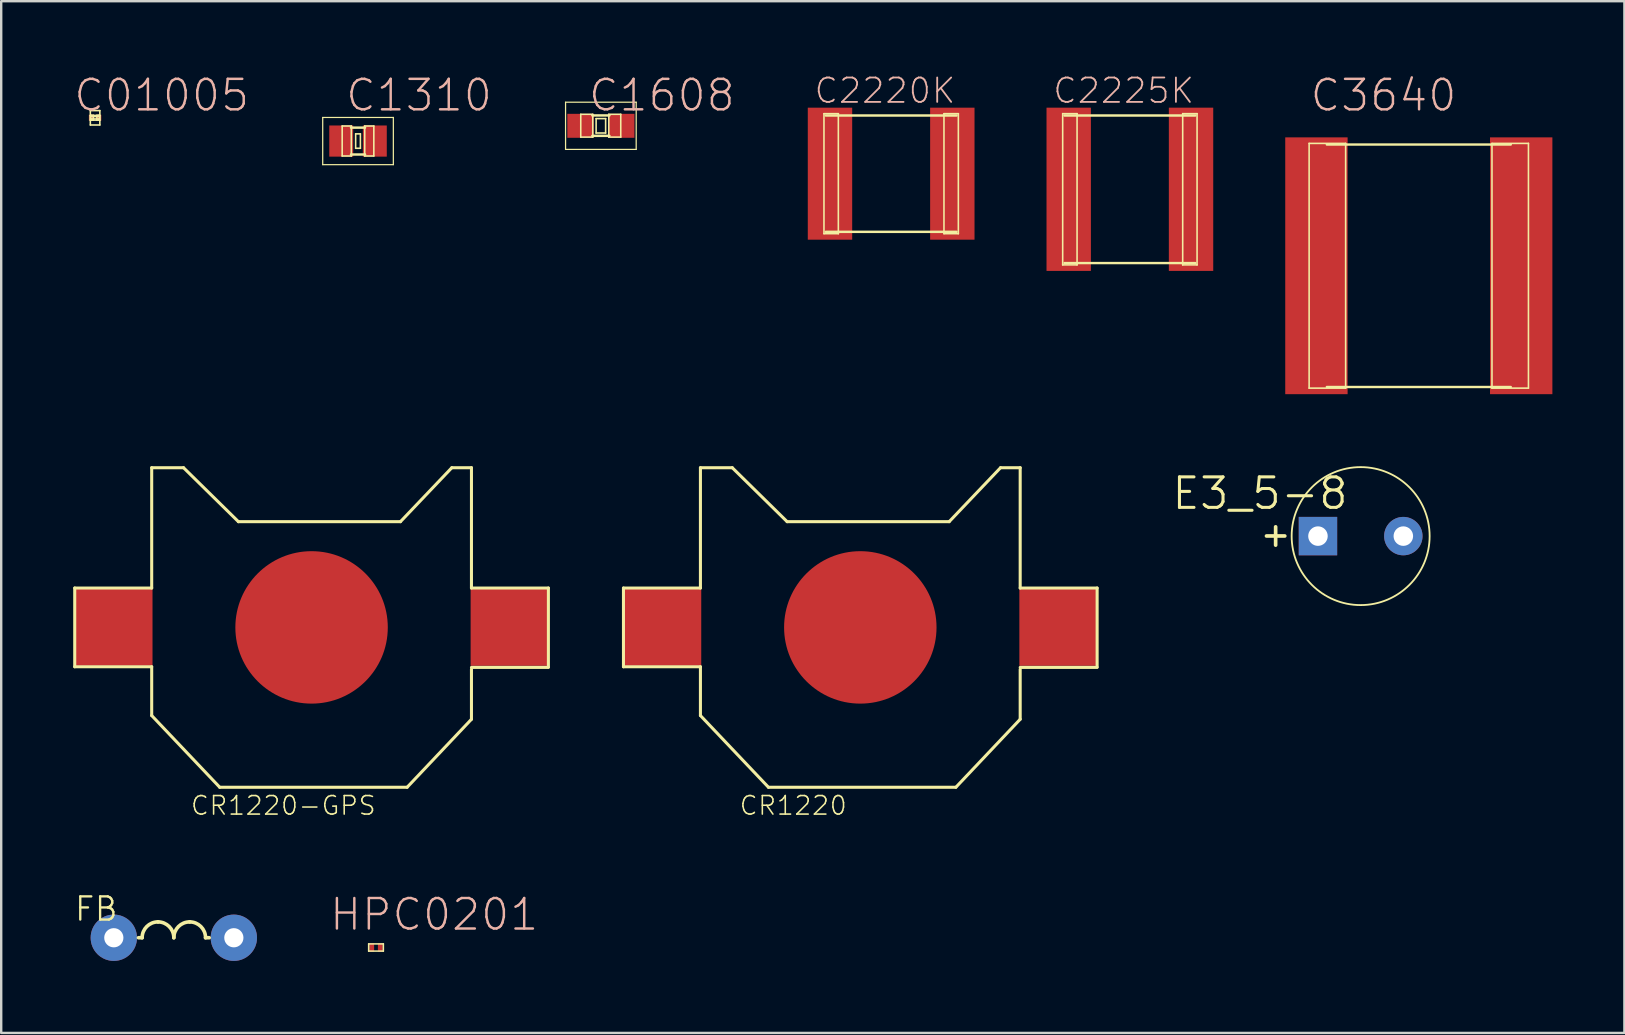
<source format=kicad_pcb>
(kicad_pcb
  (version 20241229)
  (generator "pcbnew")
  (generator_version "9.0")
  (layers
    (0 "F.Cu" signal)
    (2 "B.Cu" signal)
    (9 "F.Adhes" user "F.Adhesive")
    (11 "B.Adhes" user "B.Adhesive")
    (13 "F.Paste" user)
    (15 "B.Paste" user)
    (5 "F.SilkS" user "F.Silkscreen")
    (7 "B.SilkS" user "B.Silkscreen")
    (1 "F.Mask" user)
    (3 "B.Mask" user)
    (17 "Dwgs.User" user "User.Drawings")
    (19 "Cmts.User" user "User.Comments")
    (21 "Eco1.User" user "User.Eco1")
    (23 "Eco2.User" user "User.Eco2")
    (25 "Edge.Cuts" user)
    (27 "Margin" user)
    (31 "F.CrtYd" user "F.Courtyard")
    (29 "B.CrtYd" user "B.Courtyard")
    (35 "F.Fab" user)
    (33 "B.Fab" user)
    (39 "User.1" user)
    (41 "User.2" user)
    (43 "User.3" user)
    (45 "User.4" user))
  (footprint "CR1220-GPS"
    (layer "F.Cu")
    (at 9.878 22.907)
    (property "Reference" "CR1220-GPS" (at -5.029 8.052 0) (layer "F.SilkS") (effects (font (size 0.772 0.772) (thickness 0.065)) (justify left bottom)))
    (attr through_hole)
    (fp_line (start -9.815 -1.462) (end -9.815 1.818) (stroke (width 0.127) (type solid)) (layer "F.SilkS"))
    (fp_line (start -9.815 1.818) (end -6.609 1.818) (stroke (width 0.127) (type solid)) (layer "F.SilkS"))
    (fp_line (start -6.609 -6.474) (end -6.609 -1.462) (stroke (width 0.127) (type solid)) (layer "F.SilkS"))
    (fp_line (start -6.609 -1.462) (end -9.815 -1.462) (stroke (width 0.127) (type solid)) (layer "F.SilkS"))
    (fp_line (start -6.609 1.818) (end -6.609 3.85) (stroke (width 0.127) (type solid)) (layer "F.SilkS"))
    (fp_line (start -6.609 3.85) (end -3.775 6.838) (stroke (width 0.127) (type solid)) (layer "F.SilkS"))
    (fp_line (start -5.283 -6.474) (end -6.609 -6.474) (stroke (width 0.127) (type solid)) (layer "F.SilkS"))
    (fp_line (start -3.775 6.838) (end 4.031 6.838) (stroke (width 0.127) (type solid)) (layer "F.SilkS"))
    (fp_line (start -2.997 -4.226) (end -5.283 -6.474) (stroke (width 0.127) (type solid)) (layer "F.SilkS"))
    (fp_line (start 3.753 -4.226) (end -2.997 -4.226) (stroke (width 0.127) (type solid)) (layer "F.SilkS"))
    (fp_line (start 4.031 6.838) (end 6.711 4.004) (stroke (width 0.127) (type solid)) (layer "F.SilkS"))
    (fp_line (start 5.893 -6.474) (end 3.753 -4.226) (stroke (width 0.127) (type solid)) (layer "F.SilkS"))
    (fp_line (start 6.711 -6.474) (end 5.893 -6.474) (stroke (width 0.127) (type solid)) (layer "F.SilkS"))
    (fp_line (start 6.711 -1.462) (end 6.711 -6.474) (stroke (width 0.127) (type solid)) (layer "F.SilkS"))
    (fp_line (start 6.711 1.845) (end 9.916 1.845) (stroke (width 0.127) (type solid)) (layer "F.SilkS"))
    (fp_line (start 6.711 4.004) (end 6.711 1.922) (stroke (width 0.127) (type solid)) (layer "F.SilkS"))
    (fp_line (start 9.916 -1.462) (end 6.711 -1.462) (stroke (width 0.127) (type solid)) (layer "F.SilkS"))
    (fp_line (start 9.916 1.822) (end 9.916 -1.462) (stroke (width 0.127) (type solid)) (layer "F.SilkS"))
    (fp_poly (pts (xy -6.35 0) (xy 0 -6.35) (xy 6.35 0) (xy 0 6.35)) (stroke (width 0.1) (type solid)) (fill no) (layer "Eco2.User"))
    (pad "1" smd rect (at -8.175 0.178) (size 3.2 3.2) (layers "F.Cu" "F.Mask"))
    (pad "1" smd rect (at 8.276 0.178) (size 3.2 3.2) (layers "F.Cu" "F.Mask"))
    (pad "2" smd circle (at 0.051 0.178) (size 6.35 6.35) (layers "F.Cu" "F.Mask")))
  (footprint "C1310"
    (layer "F.Cu")
    (at 11.864 2.826)
    (property "Reference" "C1310" (at 2.54 -1.905 0) (layer "B.SilkS") (effects (font (size 1.27 1.27) (thickness 0.102))))
    (attr smd)
    (fp_line (start -1.471 -0.983) (end 1.471 -0.983) (stroke (width 0.051) (type solid)) (layer "F.SilkS"))
    (fp_line (start -1.471 0.983) (end -1.471 -0.983) (stroke (width 0.051) (type solid)) (layer "F.SilkS"))
    (fp_line (start -0.66 -0.627) (end -0.279 -0.627) (stroke (width 0.066) (type solid)) (layer "F.SilkS"))
    (fp_line (start -0.66 0.622) (end -0.66 -0.627) (stroke (width 0.066) (type solid)) (layer "F.SilkS"))
    (fp_line (start -0.66 0.622) (end -0.279 0.622) (stroke (width 0.066) (type solid)) (layer "F.SilkS"))
    (fp_line (start -0.292 -0.559) (end 0.292 -0.559) (stroke (width 0.102) (type solid)) (layer "F.SilkS"))
    (fp_line (start -0.292 0.559) (end 0.292 0.559) (stroke (width 0.102) (type solid)) (layer "F.SilkS"))
    (fp_line (start -0.279 0.622) (end -0.279 -0.627) (stroke (width 0.066) (type solid)) (layer "F.SilkS"))
    (fp_line (start -0.099 -0.3) (end 0.099 -0.3) (stroke (width 0.066) (type solid)) (layer "F.SilkS"))
    (fp_line (start -0.099 0.3) (end -0.099 -0.3) (stroke (width 0.066) (type solid)) (layer "F.SilkS"))
    (fp_line (start -0.099 0.3) (end 0.099 0.3) (stroke (width 0.066) (type solid)) (layer "F.SilkS"))
    (fp_line (start 0.099 0.3) (end 0.099 -0.3) (stroke (width 0.066) (type solid)) (layer "F.SilkS"))
    (fp_line (start 0.279 -0.627) (end 0.658 -0.627) (stroke (width 0.066) (type solid)) (layer "F.SilkS"))
    (fp_line (start 0.279 0.622) (end 0.279 -0.627) (stroke (width 0.066) (type solid)) (layer "F.SilkS"))
    (fp_line (start 0.279 0.622) (end 0.658 0.622) (stroke (width 0.066) (type solid)) (layer "F.SilkS"))
    (fp_line (start 0.658 0.622) (end 0.658 -0.627) (stroke (width 0.066) (type solid)) (layer "F.SilkS"))
    (fp_line (start 1.471 -0.983) (end 1.471 0.983) (stroke (width 0.051) (type solid)) (layer "F.SilkS"))
    (fp_line (start 1.471 0.983) (end -1.471 0.983) (stroke (width 0.051) (type solid)) (layer "F.SilkS"))
    (pad "1" smd rect (at -0.699 0) (size 0.998 1.298) (layers "F.Cu" "F.Mask" "F.Paste"))
    (pad "2" smd rect (at 0.699 0) (size 0.998 1.298) (layers "F.Cu" "F.Mask" "F.Paste")))
  (footprint "CR1220"
    (layer "F.Cu")
    (at 32.736 22.907)
    (property "Reference" "CR1220" (at -5.029 8.052 0) (layer "F.SilkS") (effects (font (size 0.772 0.772) (thickness 0.065)) (justify left bottom)))
    (attr through_hole)
    (fp_line (start -9.815 -1.462) (end -9.815 1.818) (stroke (width 0.127) (type solid)) (layer "F.SilkS"))
    (fp_line (start -9.815 1.818) (end -6.609 1.818) (stroke (width 0.127) (type solid)) (layer "F.SilkS"))
    (fp_line (start -6.609 -6.474) (end -6.609 -1.462) (stroke (width 0.127) (type solid)) (layer "F.SilkS"))
    (fp_line (start -6.609 -1.462) (end -9.815 -1.462) (stroke (width 0.127) (type solid)) (layer "F.SilkS"))
    (fp_line (start -6.609 1.818) (end -6.609 3.85) (stroke (width 0.127) (type solid)) (layer "F.SilkS"))
    (fp_line (start -6.609 3.85) (end -3.775 6.838) (stroke (width 0.127) (type solid)) (layer "F.SilkS"))
    (fp_line (start -5.283 -6.474) (end -6.609 -6.474) (stroke (width 0.127) (type solid)) (layer "F.SilkS"))
    (fp_line (start -3.775 6.838) (end 4.031 6.838) (stroke (width 0.127) (type solid)) (layer "F.SilkS"))
    (fp_line (start -2.997 -4.226) (end -5.283 -6.474) (stroke (width 0.127) (type solid)) (layer "F.SilkS"))
    (fp_line (start 3.753 -4.226) (end -2.997 -4.226) (stroke (width 0.127) (type solid)) (layer "F.SilkS"))
    (fp_line (start 4.031 6.838) (end 6.711 4.004) (stroke (width 0.127) (type solid)) (layer "F.SilkS"))
    (fp_line (start 5.893 -6.474) (end 3.753 -4.226) (stroke (width 0.127) (type solid)) (layer "F.SilkS"))
    (fp_line (start 6.711 -6.474) (end 5.893 -6.474) (stroke (width 0.127) (type solid)) (layer "F.SilkS"))
    (fp_line (start 6.711 -1.462) (end 6.711 -6.474) (stroke (width 0.127) (type solid)) (layer "F.SilkS"))
    (fp_line (start 6.711 1.845) (end 9.916 1.845) (stroke (width 0.127) (type solid)) (layer "F.SilkS"))
    (fp_line (start 6.711 4.004) (end 6.711 1.922) (stroke (width 0.127) (type solid)) (layer "F.SilkS"))
    (fp_line (start 9.916 -1.462) (end 6.711 -1.462) (stroke (width 0.127) (type solid)) (layer "F.SilkS"))
    (fp_line (start 9.916 1.822) (end 9.916 -1.462) (stroke (width 0.127) (type solid)) (layer "F.SilkS"))
    (fp_poly (pts (xy -6.35 0) (xy 0 -6.35) (xy 6.35 0) (xy 0 6.35)) (stroke (width 0.1) (type solid)) (fill no) (layer "Eco2.User"))
    (pad "1" smd rect (at -8.175 0.178) (size 3.2 3.2) (layers "F.Cu" "F.Mask" "F.Paste"))
    (pad "1" smd rect (at 8.276 0.178) (size 3.2 3.2) (layers "F.Cu" "F.Mask" "F.Paste"))
    (pad "2" smd circle (at 0.051 0.178) (size 6.35 6.35) (layers "F.Cu" "F.Mask" "F.Paste")))
  (footprint "C01005"
    (layer "F.Cu")
    (at 0.911 1.856)
    (property "Reference" "C01005" (at 2.774 -0.935 0) (layer "B.SilkS") (effects (font (size 1.27 1.27) (thickness 0.102))))
    (attr smd)
    (fp_line (start -0.198 -0.3) (end 0.198 -0.3) (stroke (width 0.066) (type solid)) (layer "F.SilkS"))
    (fp_line (start -0.198 -0.099) (end -0.074 -0.099) (stroke (width 0.066) (type solid)) (layer "F.SilkS"))
    (fp_line (start -0.198 0.099) (end -0.198 -0.099) (stroke (width 0.066) (type solid)) (layer "F.SilkS"))
    (fp_line (start -0.198 0.099) (end -0.074 0.099) (stroke (width 0.066) (type solid)) (layer "F.SilkS"))
    (fp_line (start -0.198 0.3) (end -0.198 -0.3) (stroke (width 0.066) (type solid)) (layer "F.SilkS"))
    (fp_line (start -0.198 0.3) (end 0.198 0.3) (stroke (width 0.066) (type solid)) (layer "F.SilkS"))
    (fp_line (start -0.15 -0.099) (end 0.15 -0.099) (stroke (width 0.066) (type solid)) (layer "F.SilkS"))
    (fp_line (start -0.15 -0.048) (end -0.15 -0.099) (stroke (width 0.066) (type solid)) (layer "F.SilkS"))
    (fp_line (start -0.15 -0.048) (end 0.15 -0.048) (stroke (width 0.066) (type solid)) (layer "F.SilkS"))
    (fp_line (start -0.15 0.048) (end 0.15 0.048) (stroke (width 0.066) (type solid)) (layer "F.SilkS"))
    (fp_line (start -0.15 0.099) (end -0.15 0.048) (stroke (width 0.066) (type solid)) (layer "F.SilkS"))
    (fp_line (start -0.15 0.099) (end 0.15 0.099) (stroke (width 0.066) (type solid)) (layer "F.SilkS"))
    (fp_line (start -0.074 0.099) (end -0.074 -0.099) (stroke (width 0.066) (type solid)) (layer "F.SilkS"))
    (fp_line (start 0.074 -0.099) (end 0.198 -0.099) (stroke (width 0.066) (type solid)) (layer "F.SilkS"))
    (fp_line (start 0.074 0.099) (end 0.074 -0.099) (stroke (width 0.066) (type solid)) (layer "F.SilkS"))
    (fp_line (start 0.074 0.099) (end 0.198 0.099) (stroke (width 0.066) (type solid)) (layer "F.SilkS"))
    (fp_line (start 0.15 -0.048) (end 0.15 -0.099) (stroke (width 0.066) (type solid)) (layer "F.SilkS"))
    (fp_line (start 0.15 0.099) (end 0.15 0.048) (stroke (width 0.066) (type solid)) (layer "F.SilkS"))
    (fp_line (start 0.198 0.099) (end 0.198 -0.099) (stroke (width 0.066) (type solid)) (layer "F.SilkS"))
    (fp_line (start 0.198 0.3) (end 0.198 -0.3) (stroke (width 0.066) (type solid)) (layer "F.SilkS"))
    (pad "1" smd rect (at -0.16 0) (size 0.198 0.249) (layers "F.Cu" "F.Mask" "F.Paste"))
    (pad "2" smd rect (at 0.16 0) (size 0.198 0.249) (layers "F.Cu" "F.Mask" "F.Paste")))
  (footprint "E3_5-8"
    (layer "F.Cu")
    (at 53.629 19.282)
    (property "Reference" "E3_5-8" (at -4.191 -1.778 0) (layer "F.SilkS") (effects (font (size 1.27 1.27) (thickness 0.127))))
    (attr exclude_from_pos_files exclude_from_bom)
    (fp_line (start -3.922 -0.005) (end -3.16 -0.005) (stroke (width 0.152) (type solid)) (layer "F.SilkS"))
    (fp_line (start -3.541 0.376) (end -3.541 -0.386) (stroke (width 0.152) (type solid)) (layer "F.SilkS"))
    (fp_circle (center 0 0) (end -2.032 2.032) (stroke (width 0.076) (type solid)) (fill no) (layer "F.SilkS"))
    (pad "+" thru_hole rect (at -1.778 0) (size 1.6 1.6) (drill 0.813) (layers "*.Cu" "*.Mask"))
    (pad "-" thru_hole circle (at 1.778 0) (size 1.6 1.6) (drill 0.813) (layers "*.Cu" "*.Mask")))
  (footprint "C2220K"
    (layer "F.Cu")
    (at 34.072 4.185)
    (property "Reference" "C2220K" (at -0.259 -3.457 0) (layer "B.SilkS") (effects (font (size 1.016 1.016) (thickness 0.076))))
    (attr smd)
    (fp_line (start -2.799 -2.499) (end -2.2 -2.499) (stroke (width 0.066) (type solid)) (layer "F.SilkS"))
    (fp_line (start -2.799 2.499) (end -2.799 -2.499) (stroke (width 0.066) (type solid)) (layer "F.SilkS"))
    (fp_line (start -2.799 2.499) (end -2.2 2.499) (stroke (width 0.066) (type solid)) (layer "F.SilkS"))
    (fp_line (start -2.723 -2.423) (end 2.723 -2.423) (stroke (width 0.102) (type solid)) (layer "F.SilkS"))
    (fp_line (start -2.2 2.499) (end -2.2 -2.499) (stroke (width 0.066) (type solid)) (layer "F.SilkS"))
    (fp_line (start 2.2 -2.499) (end 2.799 -2.499) (stroke (width 0.066) (type solid)) (layer "F.SilkS"))
    (fp_line (start 2.2 2.499) (end 2.2 -2.499) (stroke (width 0.066) (type solid)) (layer "F.SilkS"))
    (fp_line (start 2.2 2.499) (end 2.799 2.499) (stroke (width 0.066) (type solid)) (layer "F.SilkS"))
    (fp_line (start 2.723 2.423) (end -2.723 2.423) (stroke (width 0.102) (type solid)) (layer "F.SilkS"))
    (fp_line (start 2.799 2.499) (end 2.799 -2.499) (stroke (width 0.066) (type solid)) (layer "F.SilkS"))
    (pad "1" smd rect (at -2.548 0) (size 1.849 5.499) (layers "F.Cu" "F.Mask" "F.Paste"))
    (pad "2" smd rect (at 2.548 0) (size 1.849 5.499) (layers "F.Cu" "F.Mask" "F.Paste")))
  (footprint "HPC0201"
    (layer "F.Cu")
    (at 12.613 36.419)
    (property "Reference" "HPC0201" (at 2.423 -1.374 0) (layer "B.SilkS") (effects (font (size 1.27 1.27) (thickness 0.102))))
    (attr smd)
    (fp_line (start -0.305 -0.15) (end 0.305 -0.15) (stroke (width 0.066) (type solid)) (layer "F.SilkS"))
    (fp_line (start -0.305 0.15) (end -0.305 -0.15) (stroke (width 0.066) (type solid)) (layer "F.SilkS"))
    (fp_line (start -0.305 0.15) (end 0.305 0.15) (stroke (width 0.066) (type solid)) (layer "F.SilkS"))
    (fp_line (start 0.305 0.15) (end 0.305 -0.15) (stroke (width 0.066) (type solid)) (layer "F.SilkS"))
    (pad "1" smd rect (at -0.178 0) (size 0.198 0.348) (layers "F.Cu" "F.Mask" "F.Paste"))
    (pad "2" smd rect (at 0.178 0) (size 0.198 0.348) (layers "F.Cu" "F.Mask" "F.Paste")))
  (footprint "FB"
    (layer "F.Cu")
    (at 4.191 36.013)
    (property "Reference" "FB" (at -4.191 -0.635 0) (layer "F.SilkS") (effects (font (size 0.965 0.965) (thickness 0.097)) (justify left bottom)))
    (attr through_hole)
    (fp_line (start -1.473 0) (end -1.321 0) (stroke (width 0.15) (type solid)) (layer "F.SilkS"))
    (fp_line (start 1.321 0) (end 1.473 0) (stroke (width 0.15) (type solid)) (layer "F.SilkS"))
    (fp_arc (start -1.3208 0) (mid -1.127373 -0.466973) (end -0.6604 -0.6604) (stroke (width 0.15) (type solid)) (layer "F.SilkS"))
    (fp_arc (start -0.6604 -0.6604) (mid -0.193427 -0.466973) (end 0 0) (stroke (width 0.15) (type solid)) (layer "F.SilkS"))
    (fp_arc (start 0 0) (mid 0.193427 -0.466973) (end 0.6604 -0.6604) (stroke (width 0.15) (type solid)) (layer "F.SilkS"))
    (fp_arc (start 0.6604 -0.6604) (mid 1.127373 -0.466973) (end 1.3208 0) (stroke (width 0.15) (type solid)) (layer "F.SilkS"))
    (pad "P$1" thru_hole circle (at -2.5 0) (size 1.93 1.93) (drill 0.8) (layers "*.Cu" "*.Mask"))
    (pad "P$2" thru_hole circle (at 2.5 0) (size 1.93 1.93) (drill 0.8) (layers "*.Cu" "*.Mask")))
  (footprint "C3640"
    (layer "F.Cu")
    (at 56.052 8.021)
    (property "Reference" "C3640" (at -1.471 -7.099 0) (layer "B.SilkS") (effects (font (size 1.27 1.27) (thickness 0.102))))
    (attr smd)
    (fp_line (start -4.569 -5.098) (end -3.048 -5.098) (stroke (width 0.066) (type solid)) (layer "F.SilkS"))
    (fp_line (start -4.569 5.098) (end -4.569 -5.098) (stroke (width 0.066) (type solid)) (layer "F.SilkS"))
    (fp_line (start -4.569 5.098) (end -3.048 5.098) (stroke (width 0.066) (type solid)) (layer "F.SilkS"))
    (fp_line (start -3.83 -5.05) (end 3.83 -5.05) (stroke (width 0.102) (type solid)) (layer "F.SilkS"))
    (fp_line (start -3.83 5.05) (end 3.83 5.05) (stroke (width 0.102) (type solid)) (layer "F.SilkS"))
    (fp_line (start -3.048 5.098) (end -3.048 -5.098) (stroke (width 0.066) (type solid)) (layer "F.SilkS"))
    (fp_line (start 3.048 -5.098) (end 4.567 -5.098) (stroke (width 0.066) (type solid)) (layer "F.SilkS"))
    (fp_line (start 3.048 5.098) (end 3.048 -5.098) (stroke (width 0.066) (type solid)) (layer "F.SilkS"))
    (fp_line (start 3.048 5.098) (end 4.567 5.098) (stroke (width 0.066) (type solid)) (layer "F.SilkS"))
    (fp_line (start 4.567 5.098) (end 4.567 -5.098) (stroke (width 0.066) (type solid)) (layer "F.SilkS"))
    (pad "1" smd rect (at -4.265 0) (size 2.598 10.698) (layers "F.Cu" "F.Mask" "F.Paste"))
    (pad "2" smd rect (at 4.265 0) (size 2.598 10.698) (layers "F.Cu" "F.Mask" "F.Paste")))
  (footprint "C1608"
    (layer "F.Cu")
    (at 21.98 2.191)
    (property "Reference" "C1608" (at 2.54 -1.27 0) (layer "B.SilkS") (effects (font (size 1.27 1.27) (thickness 0.102))))
    (attr smd)
    (fp_line (start -1.471 -0.983) (end 1.471 -0.983) (stroke (width 0.051) (type solid)) (layer "F.SilkS"))
    (fp_line (start -1.471 0.983) (end -1.471 -0.983) (stroke (width 0.051) (type solid)) (layer "F.SilkS"))
    (fp_line (start -0.838 -0.48) (end -0.338 -0.48) (stroke (width 0.066) (type solid)) (layer "F.SilkS"))
    (fp_line (start -0.838 0.47) (end -0.838 -0.48) (stroke (width 0.066) (type solid)) (layer "F.SilkS"))
    (fp_line (start -0.838 0.47) (end -0.338 0.47) (stroke (width 0.066) (type solid)) (layer "F.SilkS"))
    (fp_line (start -0.356 -0.432) (end 0.356 -0.432) (stroke (width 0.102) (type solid)) (layer "F.SilkS"))
    (fp_line (start -0.356 0.417) (end 0.356 0.417) (stroke (width 0.102) (type solid)) (layer "F.SilkS"))
    (fp_line (start -0.338 0.47) (end -0.338 -0.48) (stroke (width 0.066) (type solid)) (layer "F.SilkS"))
    (fp_line (start -0.198 -0.3) (end 0.198 -0.3) (stroke (width 0.066) (type solid)) (layer "F.SilkS"))
    (fp_line (start -0.198 0.3) (end -0.198 -0.3) (stroke (width 0.066) (type solid)) (layer "F.SilkS"))
    (fp_line (start -0.198 0.3) (end 0.198 0.3) (stroke (width 0.066) (type solid)) (layer "F.SilkS"))
    (fp_line (start 0.198 0.3) (end 0.198 -0.3) (stroke (width 0.066) (type solid)) (layer "F.SilkS"))
    (fp_line (start 0.33 -0.48) (end 0.828 -0.48) (stroke (width 0.066) (type solid)) (layer "F.SilkS"))
    (fp_line (start 0.33 0.47) (end 0.33 -0.48) (stroke (width 0.066) (type solid)) (layer "F.SilkS"))
    (fp_line (start 0.33 0.47) (end 0.828 0.47) (stroke (width 0.066) (type solid)) (layer "F.SilkS"))
    (fp_line (start 0.828 0.47) (end 0.828 -0.48) (stroke (width 0.066) (type solid)) (layer "F.SilkS"))
    (fp_line (start 1.471 -0.983) (end 1.471 0.983) (stroke (width 0.051) (type solid)) (layer "F.SilkS"))
    (fp_line (start 1.471 0.983) (end -1.471 0.983) (stroke (width 0.051) (type solid)) (layer "F.SilkS"))
    (pad "1" smd rect (at -0.848 0) (size 1.1 0.998) (layers "F.Cu" "F.Mask" "F.Paste"))
    (pad "2" smd rect (at 0.848 0) (size 1.1 0.998) (layers "F.Cu" "F.Mask" "F.Paste")))
  (footprint "C2225K"
    (layer "F.Cu")
    (at 44.016 4.835)
    (property "Reference" "C2225K" (at -0.259 -4.107 0) (layer "B.SilkS") (effects (font (size 1.016 1.016) (thickness 0.076))))
    (attr smd)
    (fp_line (start -2.799 -3.15) (end -2.2 -3.15) (stroke (width 0.066) (type solid)) (layer "F.SilkS"))
    (fp_line (start -2.799 3.15) (end -2.799 -3.15) (stroke (width 0.066) (type solid)) (layer "F.SilkS"))
    (fp_line (start -2.799 3.15) (end -2.2 3.15) (stroke (width 0.066) (type solid)) (layer "F.SilkS"))
    (fp_line (start -2.723 -3.073) (end 2.723 -3.073) (stroke (width 0.102) (type solid)) (layer "F.SilkS"))
    (fp_line (start -2.2 3.15) (end -2.2 -3.15) (stroke (width 0.066) (type solid)) (layer "F.SilkS"))
    (fp_line (start 2.2 -3.15) (end 2.799 -3.15) (stroke (width 0.066) (type solid)) (layer "F.SilkS"))
    (fp_line (start 2.2 3.15) (end 2.2 -3.15) (stroke (width 0.066) (type solid)) (layer "F.SilkS"))
    (fp_line (start 2.2 3.15) (end 2.799 3.15) (stroke (width 0.066) (type solid)) (layer "F.SilkS"))
    (fp_line (start 2.723 3.073) (end -2.723 3.073) (stroke (width 0.102) (type solid)) (layer "F.SilkS"))
    (fp_line (start 2.799 3.15) (end 2.799 -3.15) (stroke (width 0.066) (type solid)) (layer "F.SilkS"))
    (pad "1" smd rect (at -2.548 0) (size 1.849 6.8) (layers "F.Cu" "F.Mask" "F.Paste"))
    (pad "2" smd rect (at 2.548 0) (size 1.849 6.8) (layers "F.Cu" "F.Mask" "F.Paste")))
  (gr_rect
    (start -3 -3)
    (end 64.616 39.979)
    (stroke (width 0.1) (type default))
    (fill no)
    (layer "Edge.Cuts")))
</source>
